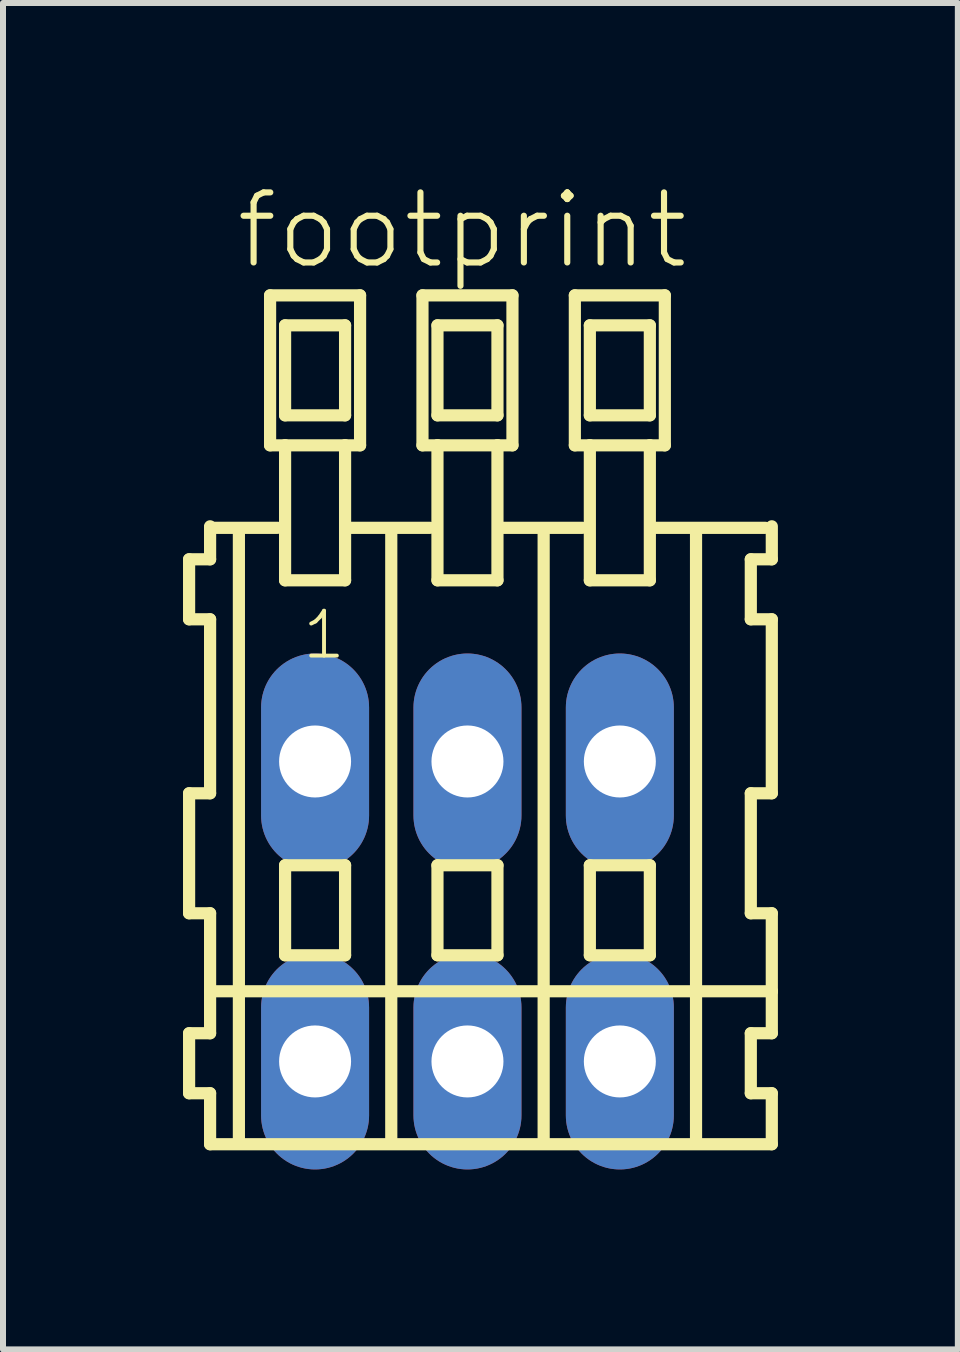
<source format=kicad_pcb>
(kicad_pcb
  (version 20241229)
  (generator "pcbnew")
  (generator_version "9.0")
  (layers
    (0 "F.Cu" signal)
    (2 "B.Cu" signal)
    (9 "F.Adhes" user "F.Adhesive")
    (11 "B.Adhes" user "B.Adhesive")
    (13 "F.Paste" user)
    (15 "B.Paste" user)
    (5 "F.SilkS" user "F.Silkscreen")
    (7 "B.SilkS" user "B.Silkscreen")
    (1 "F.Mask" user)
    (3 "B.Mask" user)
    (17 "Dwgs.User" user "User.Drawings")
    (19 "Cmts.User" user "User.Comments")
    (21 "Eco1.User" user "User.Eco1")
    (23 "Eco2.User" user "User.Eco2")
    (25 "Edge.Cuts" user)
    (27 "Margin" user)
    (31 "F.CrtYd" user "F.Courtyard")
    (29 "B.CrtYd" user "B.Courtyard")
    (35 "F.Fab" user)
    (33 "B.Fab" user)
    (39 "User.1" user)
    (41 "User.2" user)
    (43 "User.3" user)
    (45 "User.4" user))
  (footprint "footprint"
    (layer "F.Cu")
    (at 4.742 12.143)
    (property "Reference" "footprint" (at -3.91 -10.67 0) (layer "F.SilkS") (effects (font (size 1.168 1.168) (thickness 0.102)) (justify left bottom)))
    (fp_line (start -4.64 -5.87) (end -4.64 -4.87) (stroke (width 0.203) (type solid)) (layer "F.SilkS"))
    (fp_line (start -4.64 -4.87) (end -4.29 -4.87) (stroke (width 0.203) (type solid)) (layer "F.SilkS"))
    (fp_line (start -4.64 -1.97) (end -4.64 0.03) (stroke (width 0.203) (type solid)) (layer "F.SilkS"))
    (fp_line (start -4.64 0.03) (end -4.29 0.03) (stroke (width 0.203) (type solid)) (layer "F.SilkS"))
    (fp_line (start -4.64 2.03) (end -4.64 3.03) (stroke (width 0.203) (type solid)) (layer "F.SilkS"))
    (fp_line (start -4.64 3.03) (end -4.29 3.03) (stroke (width 0.203) (type solid)) (layer "F.SilkS"))
    (fp_line (start -4.29 -6.42) (end -4.29 -6.395) (stroke (width 0.203) (type solid)) (layer "F.SilkS"))
    (fp_line (start -4.29 -6.395) (end -4.29 -5.87) (stroke (width 0.203) (type solid)) (layer "F.SilkS"))
    (fp_line (start -4.29 -6.395) (end -3.165 -6.395) (stroke (width 0.203) (type solid)) (layer "F.SilkS"))
    (fp_line (start -4.29 -5.87) (end -4.64 -5.87) (stroke (width 0.203) (type solid)) (layer "F.SilkS"))
    (fp_line (start -4.29 -4.87) (end -4.29 -1.97) (stroke (width 0.203) (type solid)) (layer "F.SilkS"))
    (fp_line (start -4.29 -1.97) (end -4.64 -1.97) (stroke (width 0.203) (type solid)) (layer "F.SilkS"))
    (fp_line (start -4.29 0.03) (end -4.29 1.33) (stroke (width 0.203) (type solid)) (layer "F.SilkS"))
    (fp_line (start -4.29 1.33) (end -4.29 2.03) (stroke (width 0.203) (type solid)) (layer "F.SilkS"))
    (fp_line (start -4.29 1.33) (end 5.073 1.33) (stroke (width 0.203) (type solid)) (layer "F.SilkS"))
    (fp_line (start -4.29 2.03) (end -4.64 2.03) (stroke (width 0.203) (type solid)) (layer "F.SilkS"))
    (fp_line (start -4.29 3.03) (end -4.29 3.88) (stroke (width 0.203) (type solid)) (layer "F.SilkS"))
    (fp_line (start -4.29 3.88) (end 5.073 3.88) (stroke (width 0.203) (type solid)) (layer "F.SilkS"))
    (fp_line (start -3.81 3.83) (end -3.81 -6.33) (stroke (width 0.203) (type solid)) (layer "F.SilkS"))
    (fp_line (start -3.29 -10.27) (end -3.29 -7.77) (stroke (width 0.203) (type solid)) (layer "F.SilkS"))
    (fp_line (start -3.29 -7.77) (end -3.04 -7.77) (stroke (width 0.203) (type solid)) (layer "F.SilkS"))
    (fp_line (start -3.04 -9.77) (end -3.04 -8.27) (stroke (width 0.203) (type solid)) (layer "F.SilkS"))
    (fp_line (start -3.04 -8.27) (end -2.04 -8.27) (stroke (width 0.203) (type solid)) (layer "F.SilkS"))
    (fp_line (start -3.04 -7.77) (end -3.04 -5.52) (stroke (width 0.203) (type solid)) (layer "F.SilkS"))
    (fp_line (start -3.04 -7.77) (end -2.04 -7.77) (stroke (width 0.203) (type solid)) (layer "F.SilkS"))
    (fp_line (start -3.04 -5.52) (end -2.04 -5.52) (stroke (width 0.203) (type solid)) (layer "F.SilkS"))
    (fp_line (start -3.04 -0.77) (end -3.04 0.73) (stroke (width 0.203) (type solid)) (layer "F.SilkS"))
    (fp_line (start -3.04 0.73) (end -2.04 0.73) (stroke (width 0.203) (type solid)) (layer "F.SilkS"))
    (fp_line (start -2.04 -9.77) (end -3.04 -9.77) (stroke (width 0.203) (type solid)) (layer "F.SilkS"))
    (fp_line (start -2.04 -8.27) (end -2.04 -9.77) (stroke (width 0.203) (type solid)) (layer "F.SilkS"))
    (fp_line (start -2.04 -7.77) (end -1.79 -7.77) (stroke (width 0.203) (type solid)) (layer "F.SilkS"))
    (fp_line (start -2.04 -5.52) (end -2.04 -7.77) (stroke (width 0.203) (type solid)) (layer "F.SilkS"))
    (fp_line (start -2.04 -0.77) (end -3.04 -0.77) (stroke (width 0.203) (type solid)) (layer "F.SilkS"))
    (fp_line (start -2.04 0.73) (end -2.04 -0.77) (stroke (width 0.203) (type solid)) (layer "F.SilkS"))
    (fp_line (start -2.004 -6.395) (end -0.625 -6.395) (stroke (width 0.203) (type solid)) (layer "F.SilkS"))
    (fp_line (start -1.79 -10.27) (end -3.29 -10.27) (stroke (width 0.203) (type solid)) (layer "F.SilkS"))
    (fp_line (start -1.79 -7.77) (end -1.79 -10.27) (stroke (width 0.203) (type solid)) (layer "F.SilkS"))
    (fp_line (start -1.27 3.83) (end -1.27 -6.33) (stroke (width 0.203) (type solid)) (layer "F.SilkS"))
    (fp_line (start -0.75 -10.27) (end -0.75 -7.77) (stroke (width 0.203) (type solid)) (layer "F.SilkS"))
    (fp_line (start -0.75 -7.77) (end -0.5 -7.77) (stroke (width 0.203) (type solid)) (layer "F.SilkS"))
    (fp_line (start -0.5 -9.77) (end -0.5 -8.27) (stroke (width 0.203) (type solid)) (layer "F.SilkS"))
    (fp_line (start -0.5 -8.27) (end 0.5 -8.27) (stroke (width 0.203) (type solid)) (layer "F.SilkS"))
    (fp_line (start -0.5 -7.77) (end -0.5 -5.52) (stroke (width 0.203) (type solid)) (layer "F.SilkS"))
    (fp_line (start -0.5 -7.77) (end 0.5 -7.77) (stroke (width 0.203) (type solid)) (layer "F.SilkS"))
    (fp_line (start -0.5 -5.52) (end 0.5 -5.52) (stroke (width 0.203) (type solid)) (layer "F.SilkS"))
    (fp_line (start -0.5 -0.77) (end -0.5 0.73) (stroke (width 0.203) (type solid)) (layer "F.SilkS"))
    (fp_line (start -0.5 0.73) (end 0.5 0.73) (stroke (width 0.203) (type solid)) (layer "F.SilkS"))
    (fp_line (start 0.5 -9.77) (end -0.5 -9.77) (stroke (width 0.203) (type solid)) (layer "F.SilkS"))
    (fp_line (start 0.5 -8.27) (end 0.5 -9.77) (stroke (width 0.203) (type solid)) (layer "F.SilkS"))
    (fp_line (start 0.5 -7.77) (end 0.75 -7.77) (stroke (width 0.203) (type solid)) (layer "F.SilkS"))
    (fp_line (start 0.5 -5.52) (end 0.5 -7.77) (stroke (width 0.203) (type solid)) (layer "F.SilkS"))
    (fp_line (start 0.5 -0.77) (end -0.5 -0.77) (stroke (width 0.203) (type solid)) (layer "F.SilkS"))
    (fp_line (start 0.5 0.73) (end 0.5 -0.77) (stroke (width 0.203) (type solid)) (layer "F.SilkS"))
    (fp_line (start 0.536 -6.395) (end 1.915 -6.395) (stroke (width 0.203) (type solid)) (layer "F.SilkS"))
    (fp_line (start 0.75 -10.27) (end -0.75 -10.27) (stroke (width 0.203) (type solid)) (layer "F.SilkS"))
    (fp_line (start 0.75 -7.77) (end 0.75 -10.27) (stroke (width 0.203) (type solid)) (layer "F.SilkS"))
    (fp_line (start 1.27 3.83) (end 1.27 -6.33) (stroke (width 0.203) (type solid)) (layer "F.SilkS"))
    (fp_line (start 1.79 -10.27) (end 1.79 -7.77) (stroke (width 0.203) (type solid)) (layer "F.SilkS"))
    (fp_line (start 1.79 -7.77) (end 2.04 -7.77) (stroke (width 0.203) (type solid)) (layer "F.SilkS"))
    (fp_line (start 2.04 -9.77) (end 2.04 -8.27) (stroke (width 0.203) (type solid)) (layer "F.SilkS"))
    (fp_line (start 2.04 -8.27) (end 3.04 -8.27) (stroke (width 0.203) (type solid)) (layer "F.SilkS"))
    (fp_line (start 2.04 -7.77) (end 2.04 -5.52) (stroke (width 0.203) (type solid)) (layer "F.SilkS"))
    (fp_line (start 2.04 -7.77) (end 3.04 -7.77) (stroke (width 0.203) (type solid)) (layer "F.SilkS"))
    (fp_line (start 2.04 -5.52) (end 3.04 -5.52) (stroke (width 0.203) (type solid)) (layer "F.SilkS"))
    (fp_line (start 2.04 -0.77) (end 2.04 0.73) (stroke (width 0.203) (type solid)) (layer "F.SilkS"))
    (fp_line (start 2.04 0.73) (end 3.04 0.73) (stroke (width 0.203) (type solid)) (layer "F.SilkS"))
    (fp_line (start 3.04 -9.77) (end 2.04 -9.77) (stroke (width 0.203) (type solid)) (layer "F.SilkS"))
    (fp_line (start 3.04 -8.27) (end 3.04 -9.77) (stroke (width 0.203) (type solid)) (layer "F.SilkS"))
    (fp_line (start 3.04 -7.77) (end 3.29 -7.77) (stroke (width 0.203) (type solid)) (layer "F.SilkS"))
    (fp_line (start 3.04 -5.52) (end 3.04 -7.77) (stroke (width 0.203) (type solid)) (layer "F.SilkS"))
    (fp_line (start 3.04 -0.77) (end 2.04 -0.77) (stroke (width 0.203) (type solid)) (layer "F.SilkS"))
    (fp_line (start 3.04 0.73) (end 3.04 -0.77) (stroke (width 0.203) (type solid)) (layer "F.SilkS"))
    (fp_line (start 3.076 -6.395) (end 4.963 -6.395) (stroke (width 0.203) (type solid)) (layer "F.SilkS"))
    (fp_line (start 3.29 -10.27) (end 1.79 -10.27) (stroke (width 0.203) (type solid)) (layer "F.SilkS"))
    (fp_line (start 3.29 -7.77) (end 3.29 -10.27) (stroke (width 0.203) (type solid)) (layer "F.SilkS"))
    (fp_line (start 3.81 3.83) (end 3.81 -6.33) (stroke (width 0.203) (type solid)) (layer "F.SilkS"))
    (fp_line (start 4.723 -5.87) (end 4.723 -4.87) (stroke (width 0.203) (type solid)) (layer "F.SilkS"))
    (fp_line (start 4.723 -4.87) (end 5.073 -4.87) (stroke (width 0.203) (type solid)) (layer "F.SilkS"))
    (fp_line (start 4.723 -1.97) (end 4.723 0.03) (stroke (width 0.203) (type solid)) (layer "F.SilkS"))
    (fp_line (start 4.723 0.03) (end 5.073 0.03) (stroke (width 0.203) (type solid)) (layer "F.SilkS"))
    (fp_line (start 4.723 2.03) (end 4.723 3.03) (stroke (width 0.203) (type solid)) (layer "F.SilkS"))
    (fp_line (start 4.723 3.03) (end 5.073 3.03) (stroke (width 0.203) (type solid)) (layer "F.SilkS"))
    (fp_line (start 5.073 -5.87) (end 4.723 -5.87) (stroke (width 0.203) (type solid)) (layer "F.SilkS"))
    (fp_line (start 5.073 -5.87) (end 5.073 -6.42) (stroke (width 0.203) (type solid)) (layer "F.SilkS"))
    (fp_line (start 5.073 -1.97) (end 4.723 -1.97) (stroke (width 0.203) (type solid)) (layer "F.SilkS"))
    (fp_line (start 5.073 -1.97) (end 5.073 -4.87) (stroke (width 0.203) (type solid)) (layer "F.SilkS"))
    (fp_line (start 5.073 1.33) (end 5.073 0.03) (stroke (width 0.203) (type solid)) (layer "F.SilkS"))
    (fp_line (start 5.073 2.03) (end 4.723 2.03) (stroke (width 0.203) (type solid)) (layer "F.SilkS"))
    (fp_line (start 5.073 2.03) (end 5.073 1.33) (stroke (width 0.203) (type solid)) (layer "F.SilkS"))
    (fp_line (start 5.073 3.88) (end 5.073 3.03) (stroke (width 0.203) (type solid)) (layer "F.SilkS"))
    (fp_text user "1" (at -2.79 -4.17 0) (layer "F.SilkS") (effects (font (size 0.748 0.748) (thickness 0.065)) (justify left bottom)))
    (pad "A1" thru_hole oval (at -2.54 -2.5 90) (size 3.6 1.8) (drill 1.2) (layers "*.Cu" "*.Mask"))
    (pad "A2" thru_hole oval (at 0 -2.5 90) (size 3.6 1.8) (drill 1.2) (layers "*.Cu" "*.Mask"))
    (pad "A3" thru_hole oval (at 2.54 -2.5 90) (size 3.6 1.8) (drill 1.2) (layers "*.Cu" "*.Mask"))
    (pad "B1" thru_hole oval (at -2.54 2.5 90) (size 3.6 1.8) (drill 1.2) (layers "*.Cu" "*.Mask"))
    (pad "B2" thru_hole oval (at 0 2.5 90) (size 3.6 1.8) (drill 1.2) (layers "*.Cu" "*.Mask"))
    (pad "B3" thru_hole oval (at 2.54 2.5 90) (size 3.6 1.8) (drill 1.2) (layers "*.Cu" "*.Mask")))
  (gr_rect
    (start -3 -3)
    (end 12.916 19.443)
    (stroke (width 0.1) (type default))
    (fill no)
    (layer "Edge.Cuts")))
</source>
